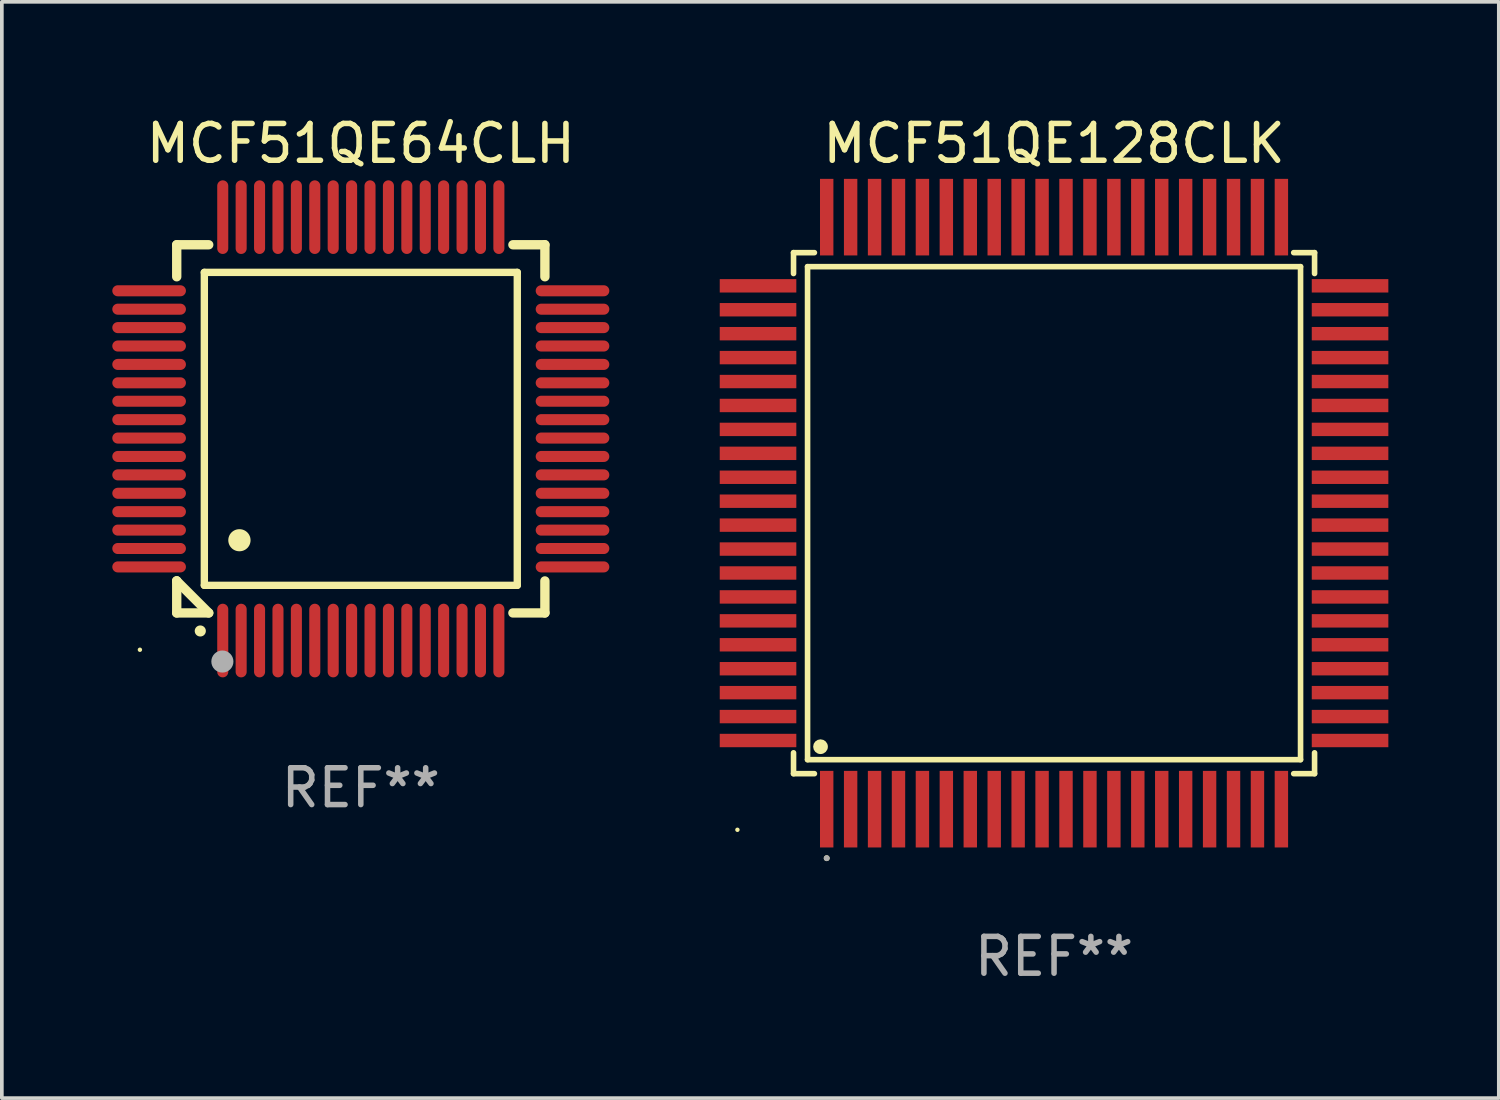
<source format=kicad_pcb>
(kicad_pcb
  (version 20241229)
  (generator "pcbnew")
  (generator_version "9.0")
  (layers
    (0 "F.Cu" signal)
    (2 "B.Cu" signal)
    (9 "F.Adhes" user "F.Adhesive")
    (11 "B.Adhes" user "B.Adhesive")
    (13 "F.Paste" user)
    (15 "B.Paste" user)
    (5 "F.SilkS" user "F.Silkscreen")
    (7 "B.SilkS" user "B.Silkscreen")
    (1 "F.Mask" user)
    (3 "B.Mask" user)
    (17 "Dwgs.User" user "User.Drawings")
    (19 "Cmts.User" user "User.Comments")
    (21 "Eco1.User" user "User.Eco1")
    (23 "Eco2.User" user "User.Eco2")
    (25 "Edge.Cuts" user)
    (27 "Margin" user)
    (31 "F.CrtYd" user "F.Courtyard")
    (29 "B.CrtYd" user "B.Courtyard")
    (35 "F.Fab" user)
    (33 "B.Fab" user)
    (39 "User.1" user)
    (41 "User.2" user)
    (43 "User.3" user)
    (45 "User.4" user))
  (footprint "MCF51QE64CLH"
    (layer "F.Cu")
    (at 6.75 8.598)
    (property "Reference" "MCF51QE64CLH" (at 0 -7.75 0) (layer "F.SilkS") (effects (font (size 1 1) (thickness 0.15))))
    (attr through_hole)
    (fp_line (start -5 -5) (end -4.131 -5) (stroke (width 0.254) (type solid)) (layer "F.SilkS"))
    (fp_line (start -5 -4.131) (end -5 -5) (stroke (width 0.254) (type solid)) (layer "F.SilkS"))
    (fp_line (start -5 4.131) (end -5 4.131) (stroke (width 0.254) (type solid)) (layer "F.SilkS"))
    (fp_line (start -5 5) (end -5 4.131) (stroke (width 0.254) (type solid)) (layer "F.SilkS"))
    (fp_line (start -5 4.131) (end -4.131 5) (stroke (width 0.254) (type solid)) (layer "F.SilkS"))
    (fp_line (start -4.25 -4.25) (end -4.25 4.25) (stroke (width 0.2) (type solid)) (layer "F.SilkS"))
    (fp_line (start -4.25 4.25) (end 4.25 4.25) (stroke (width 0.2) (type solid)) (layer "F.SilkS"))
    (fp_line (start -4.131 5) (end -5 5) (stroke (width 0.254) (type solid)) (layer "F.SilkS"))
    (fp_line (start 4.25 -4.25) (end -4.25 -4.25) (stroke (width 0.2) (type solid)) (layer "F.SilkS"))
    (fp_line (start 4.25 4.25) (end 4.25 -4.25) (stroke (width 0.2) (type solid)) (layer "F.SilkS"))
    (fp_line (start 5 -5) (end 4.131 -5) (stroke (width 0.254) (type solid)) (layer "F.SilkS"))
    (fp_line (start 5 -5) (end 5 -4.131) (stroke (width 0.254) (type solid)) (layer "F.SilkS"))
    (fp_line (start 5 4.131) (end 5 5) (stroke (width 0.254) (type solid)) (layer "F.SilkS"))
    (fp_line (start 5 5) (end 4.131 5) (stroke (width 0.254) (type solid)) (layer "F.SilkS"))
    (fp_arc (start -4.361265 5.489992) (mid -4.359995 5.489987) (end -4.358725 5.489992) (stroke (width 0.3) (type solid)) (layer "F.SilkS"))
    (fp_arc (start -3.299467 3.025146) (mid -3.296927 3.025135) (end -3.294387 3.025146) (stroke (width 0.6) (type solid)) (layer "F.SilkS"))
    (fp_circle (center -6 6) (end -5.97 6) (stroke (width 0.06) (type solid)) (fill no) (layer "F.SilkS"))
    (fp_circle (center -3.76 6.32) (end -3.61 6.32) (stroke (width 0.3) (type solid)) (fill no) (layer "F.Fab"))
    (fp_text user "REF**" (at 0 9.75 0) (layer "F.Fab") (effects (font (size 1 1) (thickness 0.15))))
    (pad "1" smd oval (at -3.75 5.75) (size 0.3 2) (layers "F.Cu" "F.Mask" "F.Paste"))
    (pad "2" smd oval (at -3.25 5.75) (size 0.3 2) (layers "F.Cu" "F.Mask" "F.Paste"))
    (pad "3" smd oval (at -2.75 5.75) (size 0.3 2) (layers "F.Cu" "F.Mask" "F.Paste"))
    (pad "4" smd oval (at -2.25 5.75) (size 0.3 2) (layers "F.Cu" "F.Mask" "F.Paste"))
    (pad "5" smd oval (at -1.75 5.75) (size 0.3 2) (layers "F.Cu" "F.Mask" "F.Paste"))
    (pad "6" smd oval (at -1.25 5.75) (size 0.3 2) (layers "F.Cu" "F.Mask" "F.Paste"))
    (pad "7" smd oval (at -0.75 5.75) (size 0.3 2) (layers "F.Cu" "F.Mask" "F.Paste"))
    (pad "8" smd oval (at -0.25 5.75) (size 0.3 2) (layers "F.Cu" "F.Mask" "F.Paste"))
    (pad "9" smd oval (at 0.25 5.75) (size 0.3 2) (layers "F.Cu" "F.Mask" "F.Paste"))
    (pad "10" smd oval (at 0.75 5.75) (size 0.3 2) (layers "F.Cu" "F.Mask" "F.Paste"))
    (pad "11" smd oval (at 1.25 5.75) (size 0.3 2) (layers "F.Cu" "F.Mask" "F.Paste"))
    (pad "12" smd oval (at 1.75 5.75) (size 0.3 2) (layers "F.Cu" "F.Mask" "F.Paste"))
    (pad "13" smd oval (at 2.25 5.75) (size 0.3 2) (layers "F.Cu" "F.Mask" "F.Paste"))
    (pad "14" smd oval (at 2.75 5.75) (size 0.3 2) (layers "F.Cu" "F.Mask" "F.Paste"))
    (pad "15" smd oval (at 3.25 5.75) (size 0.3 2) (layers "F.Cu" "F.Mask" "F.Paste"))
    (pad "16" smd oval (at 3.75 5.75) (size 0.3 2) (layers "F.Cu" "F.Mask" "F.Paste"))
    (pad "17" smd oval (at 5.75 3.75) (size 2 0.3) (layers "F.Cu" "F.Mask" "F.Paste"))
    (pad "18" smd oval (at 5.75 3.25) (size 2 0.3) (layers "F.Cu" "F.Mask" "F.Paste"))
    (pad "19" smd oval (at 5.75 2.75) (size 2 0.3) (layers "F.Cu" "F.Mask" "F.Paste"))
    (pad "20" smd oval (at 5.75 2.25) (size 2 0.3) (layers "F.Cu" "F.Mask" "F.Paste"))
    (pad "21" smd oval (at 5.75 1.75) (size 2 0.3) (layers "F.Cu" "F.Mask" "F.Paste"))
    (pad "22" smd oval (at 5.75 1.25) (size 2 0.3) (layers "F.Cu" "F.Mask" "F.Paste"))
    (pad "23" smd oval (at 5.75 0.75) (size 2 0.3) (layers "F.Cu" "F.Mask" "F.Paste"))
    (pad "24" smd oval (at 5.75 0.25) (size 2 0.3) (layers "F.Cu" "F.Mask" "F.Paste"))
    (pad "25" smd oval (at 5.75 -0.25) (size 2 0.3) (layers "F.Cu" "F.Mask" "F.Paste"))
    (pad "26" smd oval (at 5.75 -0.75) (size 2 0.3) (layers "F.Cu" "F.Mask" "F.Paste"))
    (pad "27" smd oval (at 5.75 -1.25) (size 2 0.3) (layers "F.Cu" "F.Mask" "F.Paste"))
    (pad "28" smd oval (at 5.75 -1.75) (size 2 0.3) (layers "F.Cu" "F.Mask" "F.Paste"))
    (pad "29" smd oval (at 5.75 -2.25) (size 2 0.3) (layers "F.Cu" "F.Mask" "F.Paste"))
    (pad "30" smd oval (at 5.75 -2.75) (size 2 0.3) (layers "F.Cu" "F.Mask" "F.Paste"))
    (pad "31" smd oval (at 5.75 -3.25) (size 2 0.3) (layers "F.Cu" "F.Mask" "F.Paste"))
    (pad "32" smd oval (at 5.75 -3.75) (size 2 0.3) (layers "F.Cu" "F.Mask" "F.Paste"))
    (pad "33" smd oval (at 3.75 -5.75) (size 0.3 2) (layers "F.Cu" "F.Mask" "F.Paste"))
    (pad "34" smd oval (at 3.25 -5.75) (size 0.3 2) (layers "F.Cu" "F.Mask" "F.Paste"))
    (pad "35" smd oval (at 2.75 -5.75) (size 0.3 2) (layers "F.Cu" "F.Mask" "F.Paste"))
    (pad "36" smd oval (at 2.25 -5.75) (size 0.3 2) (layers "F.Cu" "F.Mask" "F.Paste"))
    (pad "37" smd oval (at 1.75 -5.75) (size 0.3 2) (layers "F.Cu" "F.Mask" "F.Paste"))
    (pad "38" smd oval (at 1.25 -5.75) (size 0.3 2) (layers "F.Cu" "F.Mask" "F.Paste"))
    (pad "39" smd oval (at 0.75 -5.75) (size 0.3 2) (layers "F.Cu" "F.Mask" "F.Paste"))
    (pad "40" smd oval (at 0.25 -5.75) (size 0.3 2) (layers "F.Cu" "F.Mask" "F.Paste"))
    (pad "41" smd oval (at -0.25 -5.75) (size 0.3 2) (layers "F.Cu" "F.Mask" "F.Paste"))
    (pad "42" smd oval (at -0.75 -5.75) (size 0.3 2) (layers "F.Cu" "F.Mask" "F.Paste"))
    (pad "43" smd oval (at -1.25 -5.75) (size 0.3 2) (layers "F.Cu" "F.Mask" "F.Paste"))
    (pad "44" smd oval (at -1.75 -5.75) (size 0.3 2) (layers "F.Cu" "F.Mask" "F.Paste"))
    (pad "45" smd oval (at -2.25 -5.75) (size 0.3 2) (layers "F.Cu" "F.Mask" "F.Paste"))
    (pad "46" smd oval (at -2.75 -5.75) (size 0.3 2) (layers "F.Cu" "F.Mask" "F.Paste"))
    (pad "47" smd oval (at -3.25 -5.75) (size 0.3 2) (layers "F.Cu" "F.Mask" "F.Paste"))
    (pad "48" smd oval (at -3.75 -5.75) (size 0.3 2) (layers "F.Cu" "F.Mask" "F.Paste"))
    (pad "49" smd oval (at -5.75 -3.75) (size 2 0.3) (layers "F.Cu" "F.Mask" "F.Paste"))
    (pad "50" smd oval (at -5.75 -3.25) (size 2 0.3) (layers "F.Cu" "F.Mask" "F.Paste"))
    (pad "51" smd oval (at -5.75 -2.75) (size 2 0.3) (layers "F.Cu" "F.Mask" "F.Paste"))
    (pad "52" smd oval (at -5.75 -2.25) (size 2 0.3) (layers "F.Cu" "F.Mask" "F.Paste"))
    (pad "53" smd oval (at -5.75 -1.75) (size 2 0.3) (layers "F.Cu" "F.Mask" "F.Paste"))
    (pad "54" smd oval (at -5.75 -1.25) (size 2 0.3) (layers "F.Cu" "F.Mask" "F.Paste"))
    (pad "55" smd oval (at -5.75 -0.75) (size 2 0.3) (layers "F.Cu" "F.Mask" "F.Paste"))
    (pad "56" smd oval (at -5.75 -0.25) (size 2 0.3) (layers "F.Cu" "F.Mask" "F.Paste"))
    (pad "57" smd oval (at -5.75 0.25) (size 2 0.3) (layers "F.Cu" "F.Mask" "F.Paste"))
    (pad "58" smd oval (at -5.75 0.75) (size 2 0.3) (layers "F.Cu" "F.Mask" "F.Paste"))
    (pad "59" smd oval (at -5.75 1.25) (size 2 0.3) (layers "F.Cu" "F.Mask" "F.Paste"))
    (pad "60" smd oval (at -5.75 1.75) (size 2 0.3) (layers "F.Cu" "F.Mask" "F.Paste"))
    (pad "61" smd oval (at -5.75 2.25) (size 2 0.3) (layers "F.Cu" "F.Mask" "F.Paste"))
    (pad "62" smd oval (at -5.75 2.75) (size 2 0.3) (layers "F.Cu" "F.Mask" "F.Paste"))
    (pad "63" smd oval (at -5.75 3.25) (size 2 0.3) (layers "F.Cu" "F.Mask" "F.Paste"))
    (pad "64" smd oval (at -5.75 3.75) (size 2 0.3) (layers "F.Cu" "F.Mask" "F.Paste")))
  (footprint "MCF51QE128CLK"
    (layer "F.Cu")
    (at 25.579 10.888)
    (property "Reference" "MCF51QE128CLK" (at 0 -10.04 0) (layer "F.SilkS") (effects (font (size 1 1) (thickness 0.15))))
    (attr through_hole)
    (fp_line (start -7.076 -7.076) (end -7.076 -6.509) (stroke (width 0.152) (type solid)) (layer "F.SilkS"))
    (fp_line (start -7.076 7.076) (end -7.076 6.509) (stroke (width 0.152) (type solid)) (layer "F.SilkS"))
    (fp_line (start -6.695 -6.695) (end 6.695 -6.695) (stroke (width 0.152) (type solid)) (layer "F.SilkS"))
    (fp_line (start -6.695 6.695) (end -6.695 -6.695) (stroke (width 0.152) (type solid)) (layer "F.SilkS"))
    (fp_line (start -6.509 -7.076) (end -7.076 -7.076) (stroke (width 0.152) (type solid)) (layer "F.SilkS"))
    (fp_line (start -6.509 7.076) (end -7.076 7.076) (stroke (width 0.152) (type solid)) (layer "F.SilkS"))
    (fp_line (start 6.509 -7.076) (end 7.076 -7.076) (stroke (width 0.152) (type solid)) (layer "F.SilkS"))
    (fp_line (start 6.509 7.076) (end 7.076 7.076) (stroke (width 0.152) (type solid)) (layer "F.SilkS"))
    (fp_line (start 6.695 -6.695) (end 6.695 6.695) (stroke (width 0.152) (type solid)) (layer "F.SilkS"))
    (fp_line (start 6.695 6.695) (end -6.695 6.695) (stroke (width 0.152) (type solid)) (layer "F.SilkS"))
    (fp_line (start 7.076 -7.076) (end 7.076 -6.509) (stroke (width 0.152) (type solid)) (layer "F.SilkS"))
    (fp_line (start 7.076 7.076) (end 7.076 6.509) (stroke (width 0.152) (type solid)) (layer "F.SilkS"))
    (fp_circle (center -8.6 8.6) (end -8.57 8.6) (stroke (width 0.06) (type solid)) (fill no) (layer "F.SilkS"))
    (fp_circle (center -6.343 6.343) (end -6.243 6.343) (stroke (width 0.2) (type solid)) (fill no) (layer "F.SilkS"))
    (fp_circle (center -6.175 9.371) (end -6.135 9.371) (stroke (width 0.08) (type solid)) (fill no) (layer "F.SilkS"))
    (fp_circle (center -6.175 9.371) (end -6.135 9.371) (stroke (width 0.08) (type solid)) (fill no) (layer "F.Fab"))
    (fp_text user "REF**" (at 0 12.04 0) (layer "F.Fab") (effects (font (size 1 1) (thickness 0.15))))
    (pad "1" smd rect (at -6.175 8.04) (size 0.364 2.08) (layers "F.Cu" "F.Mask" "F.Paste"))
    (pad "2" smd rect (at -5.525 8.04) (size 0.364 2.08) (layers "F.Cu" "F.Mask" "F.Paste"))
    (pad "3" smd rect (at -4.875 8.04) (size 0.364 2.08) (layers "F.Cu" "F.Mask" "F.Paste"))
    (pad "4" smd rect (at -4.225 8.04) (size 0.364 2.08) (layers "F.Cu" "F.Mask" "F.Paste"))
    (pad "5" smd rect (at -3.575 8.04) (size 0.364 2.08) (layers "F.Cu" "F.Mask" "F.Paste"))
    (pad "6" smd rect (at -2.925 8.04) (size 0.364 2.08) (layers "F.Cu" "F.Mask" "F.Paste"))
    (pad "7" smd rect (at -2.275 8.04) (size 0.364 2.08) (layers "F.Cu" "F.Mask" "F.Paste"))
    (pad "8" smd rect (at -1.625 8.04) (size 0.364 2.08) (layers "F.Cu" "F.Mask" "F.Paste"))
    (pad "9" smd rect (at -0.975 8.04) (size 0.364 2.08) (layers "F.Cu" "F.Mask" "F.Paste"))
    (pad "10" smd rect (at -0.325 8.04) (size 0.364 2.08) (layers "F.Cu" "F.Mask" "F.Paste"))
    (pad "11" smd rect (at 0.325 8.04) (size 0.364 2.08) (layers "F.Cu" "F.Mask" "F.Paste"))
    (pad "12" smd rect (at 0.975 8.04) (size 0.364 2.08) (layers "F.Cu" "F.Mask" "F.Paste"))
    (pad "13" smd rect (at 1.625 8.04) (size 0.364 2.08) (layers "F.Cu" "F.Mask" "F.Paste"))
    (pad "14" smd rect (at 2.275 8.04) (size 0.364 2.08) (layers "F.Cu" "F.Mask" "F.Paste"))
    (pad "15" smd rect (at 2.925 8.04) (size 0.364 2.08) (layers "F.Cu" "F.Mask" "F.Paste"))
    (pad "16" smd rect (at 3.575 8.04) (size 0.364 2.08) (layers "F.Cu" "F.Mask" "F.Paste"))
    (pad "17" smd rect (at 4.225 8.04) (size 0.364 2.08) (layers "F.Cu" "F.Mask" "F.Paste"))
    (pad "18" smd rect (at 4.875 8.04) (size 0.364 2.08) (layers "F.Cu" "F.Mask" "F.Paste"))
    (pad "19" smd rect (at 5.525 8.04) (size 0.364 2.08) (layers "F.Cu" "F.Mask" "F.Paste"))
    (pad "20" smd rect (at 6.175 8.04) (size 0.364 2.08) (layers "F.Cu" "F.Mask" "F.Paste"))
    (pad "21" smd rect (at 8.04 6.175) (size 2.08 0.364) (layers "F.Cu" "F.Mask" "F.Paste"))
    (pad "22" smd rect (at 8.04 5.525) (size 2.08 0.364) (layers "F.Cu" "F.Mask" "F.Paste"))
    (pad "23" smd rect (at 8.04 4.875) (size 2.08 0.364) (layers "F.Cu" "F.Mask" "F.Paste"))
    (pad "24" smd rect (at 8.04 4.225) (size 2.08 0.364) (layers "F.Cu" "F.Mask" "F.Paste"))
    (pad "25" smd rect (at 8.04 3.575) (size 2.08 0.364) (layers "F.Cu" "F.Mask" "F.Paste"))
    (pad "26" smd rect (at 8.04 2.925) (size 2.08 0.364) (layers "F.Cu" "F.Mask" "F.Paste"))
    (pad "27" smd rect (at 8.04 2.275) (size 2.08 0.364) (layers "F.Cu" "F.Mask" "F.Paste"))
    (pad "28" smd rect (at 8.04 1.625) (size 2.08 0.364) (layers "F.Cu" "F.Mask" "F.Paste"))
    (pad "29" smd rect (at 8.04 0.975) (size 2.08 0.364) (layers "F.Cu" "F.Mask" "F.Paste"))
    (pad "30" smd rect (at 8.04 0.325) (size 2.08 0.364) (layers "F.Cu" "F.Mask" "F.Paste"))
    (pad "31" smd rect (at 8.04 -0.325) (size 2.08 0.364) (layers "F.Cu" "F.Mask" "F.Paste"))
    (pad "32" smd rect (at 8.04 -0.975) (size 2.08 0.364) (layers "F.Cu" "F.Mask" "F.Paste"))
    (pad "33" smd rect (at 8.04 -1.625) (size 2.08 0.364) (layers "F.Cu" "F.Mask" "F.Paste"))
    (pad "34" smd rect (at 8.04 -2.275) (size 2.08 0.364) (layers "F.Cu" "F.Mask" "F.Paste"))
    (pad "35" smd rect (at 8.04 -2.925) (size 2.08 0.364) (layers "F.Cu" "F.Mask" "F.Paste"))
    (pad "36" smd rect (at 8.04 -3.575) (size 2.08 0.364) (layers "F.Cu" "F.Mask" "F.Paste"))
    (pad "37" smd rect (at 8.04 -4.225) (size 2.08 0.364) (layers "F.Cu" "F.Mask" "F.Paste"))
    (pad "38" smd rect (at 8.04 -4.875) (size 2.08 0.364) (layers "F.Cu" "F.Mask" "F.Paste"))
    (pad "39" smd rect (at 8.04 -5.525) (size 2.08 0.364) (layers "F.Cu" "F.Mask" "F.Paste"))
    (pad "40" smd rect (at 8.04 -6.175) (size 2.08 0.364) (layers "F.Cu" "F.Mask" "F.Paste"))
    (pad "41" smd rect (at 6.175 -8.04) (size 0.364 2.08) (layers "F.Cu" "F.Mask" "F.Paste"))
    (pad "42" smd rect (at 5.525 -8.04) (size 0.364 2.08) (layers "F.Cu" "F.Mask" "F.Paste"))
    (pad "43" smd rect (at 4.875 -8.04) (size 0.364 2.08) (layers "F.Cu" "F.Mask" "F.Paste"))
    (pad "44" smd rect (at 4.225 -8.04) (size 0.364 2.08) (layers "F.Cu" "F.Mask" "F.Paste"))
    (pad "45" smd rect (at 3.575 -8.04) (size 0.364 2.08) (layers "F.Cu" "F.Mask" "F.Paste"))
    (pad "46" smd rect (at 2.925 -8.04) (size 0.364 2.08) (layers "F.Cu" "F.Mask" "F.Paste"))
    (pad "47" smd rect (at 2.275 -8.04) (size 0.364 2.08) (layers "F.Cu" "F.Mask" "F.Paste"))
    (pad "48" smd rect (at 1.625 -8.04) (size 0.364 2.08) (layers "F.Cu" "F.Mask" "F.Paste"))
    (pad "49" smd rect (at 0.975 -8.04) (size 0.364 2.08) (layers "F.Cu" "F.Mask" "F.Paste"))
    (pad "50" smd rect (at 0.325 -8.04) (size 0.364 2.08) (layers "F.Cu" "F.Mask" "F.Paste"))
    (pad "51" smd rect (at -0.325 -8.04) (size 0.364 2.08) (layers "F.Cu" "F.Mask" "F.Paste"))
    (pad "52" smd rect (at -0.975 -8.04) (size 0.364 2.08) (layers "F.Cu" "F.Mask" "F.Paste"))
    (pad "53" smd rect (at -1.625 -8.04) (size 0.364 2.08) (layers "F.Cu" "F.Mask" "F.Paste"))
    (pad "54" smd rect (at -2.275 -8.04) (size 0.364 2.08) (layers "F.Cu" "F.Mask" "F.Paste"))
    (pad "55" smd rect (at -2.925 -8.04) (size 0.364 2.08) (layers "F.Cu" "F.Mask" "F.Paste"))
    (pad "56" smd rect (at -3.575 -8.04) (size 0.364 2.08) (layers "F.Cu" "F.Mask" "F.Paste"))
    (pad "57" smd rect (at -4.225 -8.04) (size 0.364 2.08) (layers "F.Cu" "F.Mask" "F.Paste"))
    (pad "58" smd rect (at -4.875 -8.04) (size 0.364 2.08) (layers "F.Cu" "F.Mask" "F.Paste"))
    (pad "59" smd rect (at -5.525 -8.04) (size 0.364 2.08) (layers "F.Cu" "F.Mask" "F.Paste"))
    (pad "60" smd rect (at -6.175 -8.04) (size 0.364 2.08) (layers "F.Cu" "F.Mask" "F.Paste"))
    (pad "61" smd rect (at -8.04 -6.175) (size 2.08 0.364) (layers "F.Cu" "F.Mask" "F.Paste"))
    (pad "62" smd rect (at -8.04 -5.525) (size 2.08 0.364) (layers "F.Cu" "F.Mask" "F.Paste"))
    (pad "63" smd rect (at -8.04 -4.875) (size 2.08 0.364) (layers "F.Cu" "F.Mask" "F.Paste"))
    (pad "64" smd rect (at -8.04 -4.225) (size 2.08 0.364) (layers "F.Cu" "F.Mask" "F.Paste"))
    (pad "65" smd rect (at -8.04 -3.575) (size 2.08 0.364) (layers "F.Cu" "F.Mask" "F.Paste"))
    (pad "66" smd rect (at -8.04 -2.925) (size 2.08 0.364) (layers "F.Cu" "F.Mask" "F.Paste"))
    (pad "67" smd rect (at -8.04 -2.275) (size 2.08 0.364) (layers "F.Cu" "F.Mask" "F.Paste"))
    (pad "68" smd rect (at -8.04 -1.625) (size 2.08 0.364) (layers "F.Cu" "F.Mask" "F.Paste"))
    (pad "69" smd rect (at -8.04 -0.975) (size 2.08 0.364) (layers "F.Cu" "F.Mask" "F.Paste"))
    (pad "70" smd rect (at -8.04 -0.325) (size 2.08 0.364) (layers "F.Cu" "F.Mask" "F.Paste"))
    (pad "71" smd rect (at -8.04 0.325) (size 2.08 0.364) (layers "F.Cu" "F.Mask" "F.Paste"))
    (pad "72" smd rect (at -8.04 0.975) (size 2.08 0.364) (layers "F.Cu" "F.Mask" "F.Paste"))
    (pad "73" smd rect (at -8.04 1.625) (size 2.08 0.364) (layers "F.Cu" "F.Mask" "F.Paste"))
    (pad "74" smd rect (at -8.04 2.275) (size 2.08 0.364) (layers "F.Cu" "F.Mask" "F.Paste"))
    (pad "75" smd rect (at -8.04 2.925) (size 2.08 0.364) (layers "F.Cu" "F.Mask" "F.Paste"))
    (pad "76" smd rect (at -8.04 3.575) (size 2.08 0.364) (layers "F.Cu" "F.Mask" "F.Paste"))
    (pad "77" smd rect (at -8.04 4.225) (size 2.08 0.364) (layers "F.Cu" "F.Mask" "F.Paste"))
    (pad "78" smd rect (at -8.04 4.875) (size 2.08 0.364) (layers "F.Cu" "F.Mask" "F.Paste"))
    (pad "79" smd rect (at -8.04 5.525) (size 2.08 0.364) (layers "F.Cu" "F.Mask" "F.Paste"))
    (pad "80" smd rect (at -8.04 6.175) (size 2.08 0.364) (layers "F.Cu" "F.Mask" "F.Paste")))
  (gr_rect
    (start -3 -3)
    (end 37.659 26.776)
    (stroke (width 0.1) (type default))
    (fill no)
    (layer "Edge.Cuts")))
</source>
